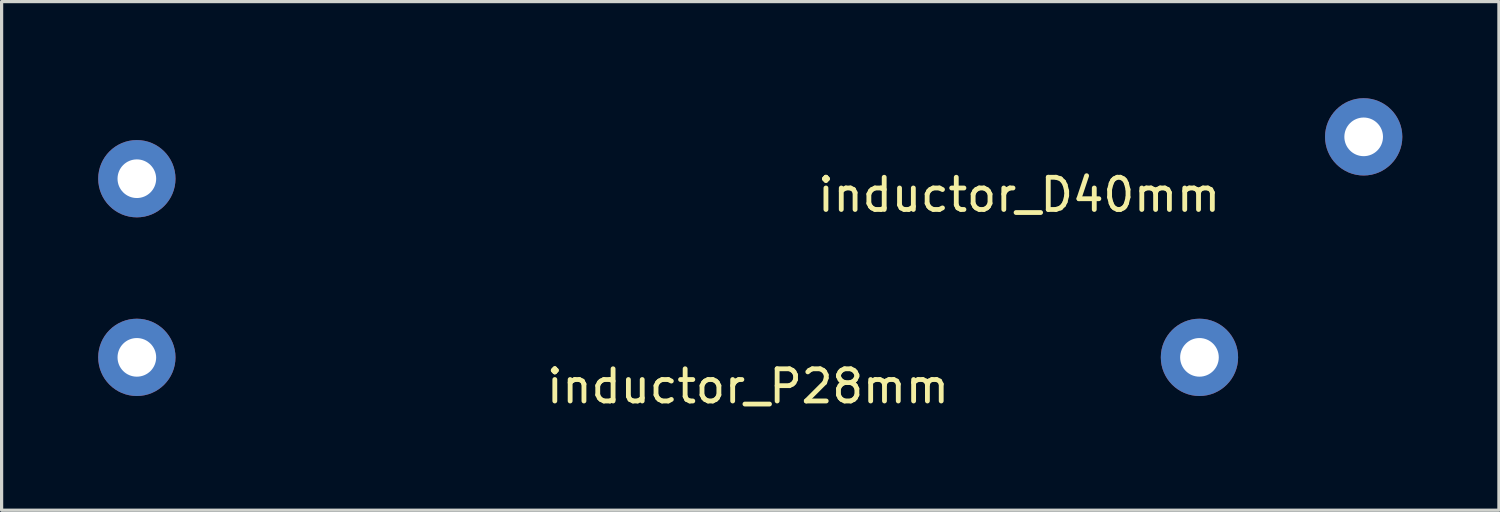
<source format=kicad_pcb>
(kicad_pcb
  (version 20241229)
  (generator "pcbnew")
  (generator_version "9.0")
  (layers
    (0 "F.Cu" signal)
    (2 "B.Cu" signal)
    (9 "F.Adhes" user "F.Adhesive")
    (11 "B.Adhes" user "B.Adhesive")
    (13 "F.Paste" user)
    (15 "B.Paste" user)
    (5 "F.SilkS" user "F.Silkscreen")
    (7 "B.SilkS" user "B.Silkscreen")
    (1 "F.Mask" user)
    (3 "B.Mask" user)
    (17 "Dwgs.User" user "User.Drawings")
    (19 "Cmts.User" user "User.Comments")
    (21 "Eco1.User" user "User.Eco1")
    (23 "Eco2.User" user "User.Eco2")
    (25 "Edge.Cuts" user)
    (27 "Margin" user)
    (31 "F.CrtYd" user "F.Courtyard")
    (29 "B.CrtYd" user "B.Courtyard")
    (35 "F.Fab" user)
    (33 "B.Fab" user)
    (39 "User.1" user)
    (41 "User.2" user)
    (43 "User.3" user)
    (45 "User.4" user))
  (footprint "inductor_D40mm"
    (layer "F.Cu")
    (at 28.6 2.5)
    (property "Reference" "inductor_D40mm" (at 0 0.5 0) (layer "F.SilkS") (effects (font (size 1 1) (thickness 0.15))))
    (attr through_hole)
    (pad "1" thru_hole circle (at -27.4 0) (size 2.4 2.4) (drill 1.2) (layers "*.Cu" "*.Mask"))
    (pad "2" thru_hole circle (at 10.7 -1.3) (size 2.4 2.4) (drill 1.2) (layers "*.Cu" "*.Mask")))
  (footprint "inductor_P28mm"
    (layer "F.Cu")
    (at 20.2 8.048)
    (property "Reference" "inductor_P28mm" (at -0.02 0.9 0) (layer "F.SilkS") (effects (font (size 1 1) (thickness 0.15))))
    (attr through_hole)
    (pad "1" thru_hole circle (at -19 0) (size 2.4 2.4) (drill 1.2) (layers "*.Cu" "*.Mask"))
    (pad "2" thru_hole circle (at 14 0) (size 2.4 2.4) (drill 1.2) (layers "*.Cu" "*.Mask")))
  (gr_rect
    (start -3 -3)
    (end 43.5 12.796)
    (stroke (width 0.1) (type default))
    (fill no)
    (layer "Edge.Cuts")))
</source>
